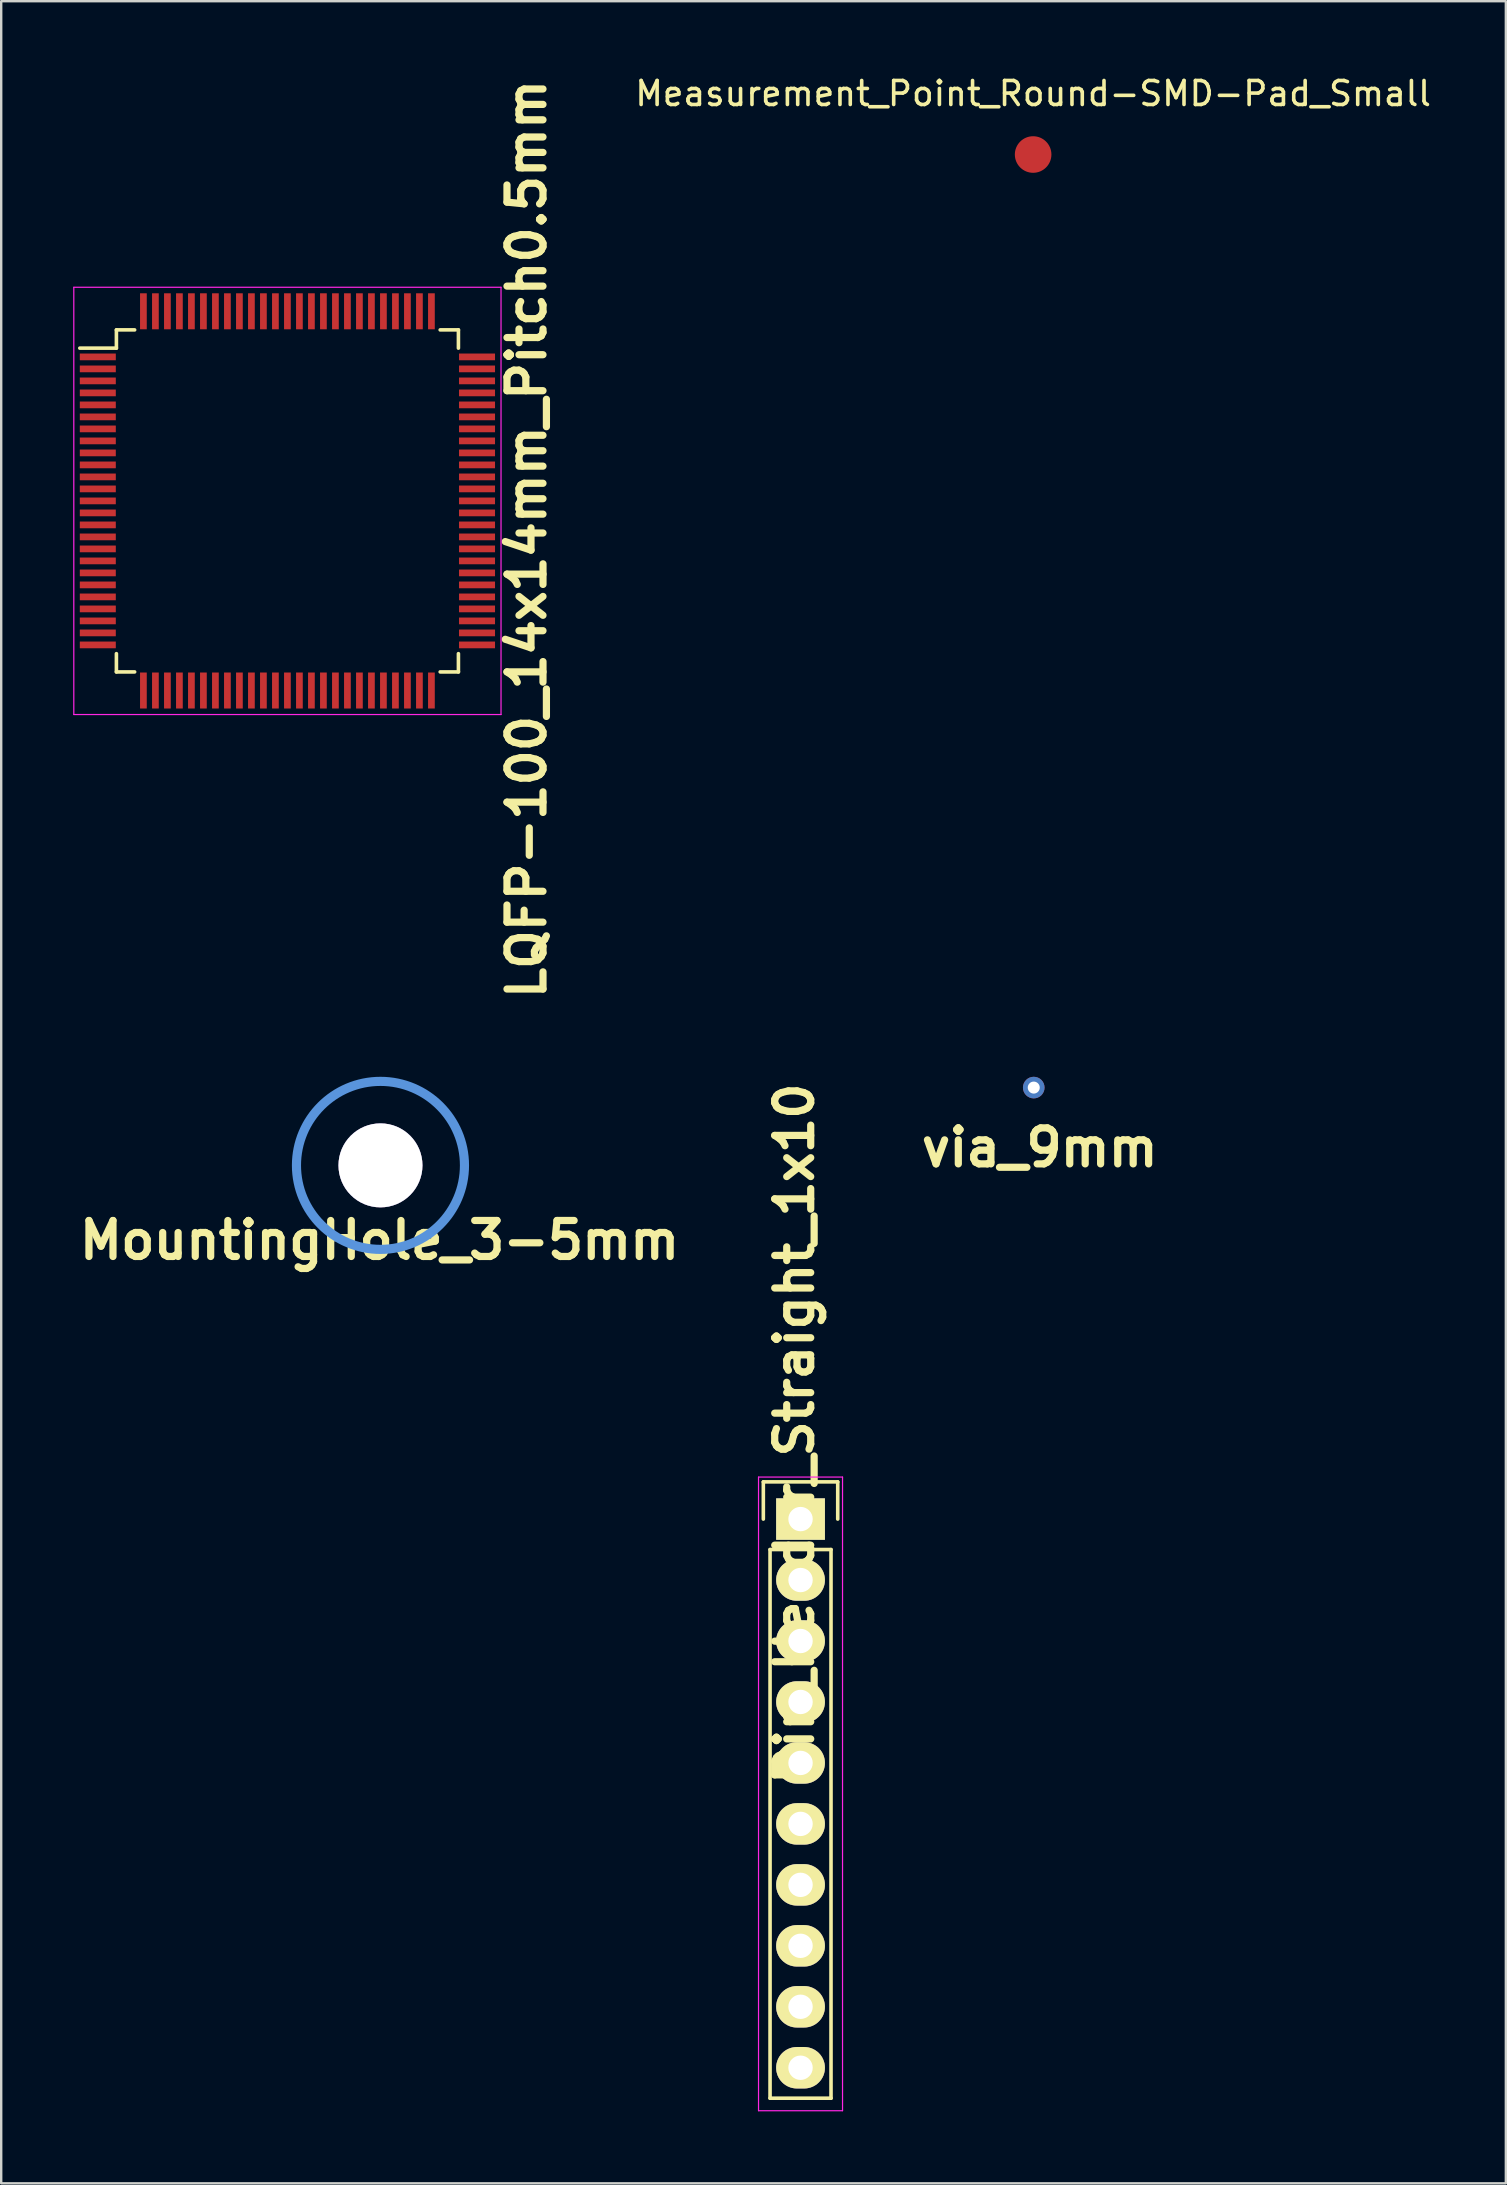
<source format=kicad_pcb>
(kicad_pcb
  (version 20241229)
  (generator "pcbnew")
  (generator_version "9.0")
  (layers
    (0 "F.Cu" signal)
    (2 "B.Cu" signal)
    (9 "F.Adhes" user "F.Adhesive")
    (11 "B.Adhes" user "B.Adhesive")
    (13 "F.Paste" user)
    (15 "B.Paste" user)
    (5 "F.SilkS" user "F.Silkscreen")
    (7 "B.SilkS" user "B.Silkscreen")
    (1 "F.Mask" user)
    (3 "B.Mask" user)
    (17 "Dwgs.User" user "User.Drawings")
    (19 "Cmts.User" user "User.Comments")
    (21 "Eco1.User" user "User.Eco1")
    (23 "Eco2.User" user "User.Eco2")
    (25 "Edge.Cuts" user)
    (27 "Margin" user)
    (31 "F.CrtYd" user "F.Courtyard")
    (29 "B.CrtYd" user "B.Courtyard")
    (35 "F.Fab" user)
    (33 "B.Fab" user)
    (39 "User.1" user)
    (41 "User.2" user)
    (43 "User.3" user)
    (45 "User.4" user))
  (footprint "via_9mm"
    (layer "F.Cu")
    (at 40.021 42.264)
    (property "Reference" "via_9mm" (at 0.25 2.5 0) (layer "F.SilkS") (effects (font (size 1.5 1.5) (thickness 0.3))))
    (attr through_hole)
    (pad "1" thru_hole circle (at 0 0) (size 0.9 0.9) (drill 0.5) (layers "*.Cu")))
  (footprint "LQFP-100_14x14mm_Pitch0.5mm"
    (layer "F.Cu")
    (at 8.925 17.82)
    (property "Reference" "LQFP-100_14x14mm_Pitch0.5mm" (at 9.97 1.587 90) (layer "F.SilkS") (effects (font (size 1.5 1.5) (thickness 0.3))))
    (attr smd)
    (fp_line (start -7.125 -7.125) (end -7.125 -6.365) (stroke (width 0.15) (type solid)) (layer "F.SilkS"))
    (fp_line (start -7.125 -7.125) (end -6.365 -7.125) (stroke (width 0.15) (type solid)) (layer "F.SilkS"))
    (fp_line (start -7.125 -6.365) (end -8.65 -6.365) (stroke (width 0.15) (type solid)) (layer "F.SilkS"))
    (fp_line (start -7.125 7.125) (end -7.125 6.365) (stroke (width 0.15) (type solid)) (layer "F.SilkS"))
    (fp_line (start -7.125 7.125) (end -6.365 7.125) (stroke (width 0.15) (type solid)) (layer "F.SilkS"))
    (fp_line (start 7.125 -7.125) (end 6.365 -7.125) (stroke (width 0.15) (type solid)) (layer "F.SilkS"))
    (fp_line (start 7.125 -7.125) (end 7.125 -6.365) (stroke (width 0.15) (type solid)) (layer "F.SilkS"))
    (fp_line (start 7.125 7.125) (end 6.365 7.125) (stroke (width 0.15) (type solid)) (layer "F.SilkS"))
    (fp_line (start 7.125 7.125) (end 7.125 6.365) (stroke (width 0.15) (type solid)) (layer "F.SilkS"))
    (fp_line (start -8.9 -8.9) (end -8.9 8.9) (stroke (width 0.05) (type solid)) (layer "F.CrtYd"))
    (fp_line (start -8.9 -8.9) (end 8.9 -8.9) (stroke (width 0.05) (type solid)) (layer "F.CrtYd"))
    (fp_line (start -8.9 8.9) (end 8.9 8.9) (stroke (width 0.05) (type solid)) (layer "F.CrtYd"))
    (fp_line (start 8.9 -8.9) (end 8.9 8.9) (stroke (width 0.05) (type solid)) (layer "F.CrtYd"))
    (pad "1" smd rect (at -7.9 -6) (size 1.5 0.28) (layers "F.Cu" "F.Mask" "F.Paste"))
    (pad "2" smd rect (at -7.9 -5.5) (size 1.5 0.28) (layers "F.Cu" "F.Mask" "F.Paste"))
    (pad "3" smd rect (at -7.9 -5) (size 1.5 0.28) (layers "F.Cu" "F.Mask" "F.Paste"))
    (pad "4" smd rect (at -7.9 -4.5) (size 1.5 0.28) (layers "F.Cu" "F.Mask" "F.Paste"))
    (pad "5" smd rect (at -7.9 -4) (size 1.5 0.28) (layers "F.Cu" "F.Mask" "F.Paste"))
    (pad "6" smd rect (at -7.9 -3.5) (size 1.5 0.28) (layers "F.Cu" "F.Mask" "F.Paste"))
    (pad "7" smd rect (at -7.9 -3) (size 1.5 0.28) (layers "F.Cu" "F.Mask" "F.Paste"))
    (pad "8" smd rect (at -7.9 -2.5) (size 1.5 0.28) (layers "F.Cu" "F.Mask" "F.Paste"))
    (pad "9" smd rect (at -7.9 -2) (size 1.5 0.28) (layers "F.Cu" "F.Mask" "F.Paste"))
    (pad "10" smd rect (at -7.9 -1.5) (size 1.5 0.28) (layers "F.Cu" "F.Mask" "F.Paste"))
    (pad "11" smd rect (at -7.9 -1) (size 1.5 0.28) (layers "F.Cu" "F.Mask" "F.Paste"))
    (pad "12" smd rect (at -7.9 -0.5) (size 1.5 0.28) (layers "F.Cu" "F.Mask" "F.Paste"))
    (pad "13" smd rect (at -7.9 0) (size 1.5 0.28) (layers "F.Cu" "F.Mask" "F.Paste"))
    (pad "14" smd rect (at -7.9 0.5) (size 1.5 0.28) (layers "F.Cu" "F.Mask" "F.Paste"))
    (pad "15" smd rect (at -7.9 1) (size 1.5 0.28) (layers "F.Cu" "F.Mask" "F.Paste"))
    (pad "16" smd rect (at -7.9 1.5) (size 1.5 0.28) (layers "F.Cu" "F.Mask" "F.Paste"))
    (pad "17" smd rect (at -7.9 2) (size 1.5 0.28) (layers "F.Cu" "F.Mask" "F.Paste"))
    (pad "18" smd rect (at -7.9 2.5) (size 1.5 0.28) (layers "F.Cu" "F.Mask" "F.Paste"))
    (pad "19" smd rect (at -7.9 3) (size 1.5 0.28) (layers "F.Cu" "F.Mask" "F.Paste"))
    (pad "20" smd rect (at -7.9 3.5) (size 1.5 0.28) (layers "F.Cu" "F.Mask" "F.Paste"))
    (pad "21" smd rect (at -7.9 4) (size 1.5 0.28) (layers "F.Cu" "F.Mask" "F.Paste"))
    (pad "22" smd rect (at -7.9 4.5) (size 1.5 0.28) (layers "F.Cu" "F.Mask" "F.Paste"))
    (pad "23" smd rect (at -7.9 5) (size 1.5 0.28) (layers "F.Cu" "F.Mask" "F.Paste"))
    (pad "24" smd rect (at -7.9 5.5) (size 1.5 0.28) (layers "F.Cu" "F.Mask" "F.Paste"))
    (pad "25" smd rect (at -7.9 6) (size 1.5 0.28) (layers "F.Cu" "F.Mask" "F.Paste"))
    (pad "26" smd rect (at -6 7.9 90) (size 1.5 0.28) (layers "F.Cu" "F.Mask" "F.Paste"))
    (pad "27" smd rect (at -5.5 7.9 90) (size 1.5 0.28) (layers "F.Cu" "F.Mask" "F.Paste"))
    (pad "28" smd rect (at -5 7.9 90) (size 1.5 0.28) (layers "F.Cu" "F.Mask" "F.Paste"))
    (pad "29" smd rect (at -4.5 7.9 90) (size 1.5 0.28) (layers "F.Cu" "F.Mask" "F.Paste"))
    (pad "30" smd rect (at -4 7.9 90) (size 1.5 0.28) (layers "F.Cu" "F.Mask" "F.Paste"))
    (pad "31" smd rect (at -3.5 7.9 90) (size 1.5 0.28) (layers "F.Cu" "F.Mask" "F.Paste"))
    (pad "32" smd rect (at -3 7.9 90) (size 1.5 0.28) (layers "F.Cu" "F.Mask" "F.Paste"))
    (pad "33" smd rect (at -2.5 7.9 90) (size 1.5 0.28) (layers "F.Cu" "F.Mask" "F.Paste"))
    (pad "34" smd rect (at -2 7.9 90) (size 1.5 0.28) (layers "F.Cu" "F.Mask" "F.Paste"))
    (pad "35" smd rect (at -1.5 7.9 90) (size 1.5 0.28) (layers "F.Cu" "F.Mask" "F.Paste"))
    (pad "36" smd rect (at -1 7.9 90) (size 1.5 0.28) (layers "F.Cu" "F.Mask" "F.Paste"))
    (pad "37" smd rect (at -0.5 7.9 90) (size 1.5 0.28) (layers "F.Cu" "F.Mask" "F.Paste"))
    (pad "38" smd rect (at 0 7.9 90) (size 1.5 0.28) (layers "F.Cu" "F.Mask" "F.Paste"))
    (pad "39" smd rect (at 0.5 7.9 90) (size 1.5 0.28) (layers "F.Cu" "F.Mask" "F.Paste"))
    (pad "40" smd rect (at 1 7.9 90) (size 1.5 0.28) (layers "F.Cu" "F.Mask" "F.Paste"))
    (pad "41" smd rect (at 1.5 7.9 90) (size 1.5 0.28) (layers "F.Cu" "F.Mask" "F.Paste"))
    (pad "42" smd rect (at 2 7.9 90) (size 1.5 0.28) (layers "F.Cu" "F.Mask" "F.Paste"))
    (pad "43" smd rect (at 2.5 7.9 90) (size 1.5 0.28) (layers "F.Cu" "F.Mask" "F.Paste"))
    (pad "44" smd rect (at 3 7.9 90) (size 1.5 0.28) (layers "F.Cu" "F.Mask" "F.Paste"))
    (pad "45" smd rect (at 3.5 7.9 90) (size 1.5 0.28) (layers "F.Cu" "F.Mask" "F.Paste"))
    (pad "46" smd rect (at 4 7.9 90) (size 1.5 0.28) (layers "F.Cu" "F.Mask" "F.Paste"))
    (pad "47" smd rect (at 4.5 7.9 90) (size 1.5 0.28) (layers "F.Cu" "F.Mask" "F.Paste"))
    (pad "48" smd rect (at 5 7.9 90) (size 1.5 0.28) (layers "F.Cu" "F.Mask" "F.Paste"))
    (pad "49" smd rect (at 5.5 7.9 90) (size 1.5 0.28) (layers "F.Cu" "F.Mask" "F.Paste"))
    (pad "50" smd rect (at 6 7.9 90) (size 1.5 0.28) (layers "F.Cu" "F.Mask" "F.Paste"))
    (pad "51" smd rect (at 7.9 6) (size 1.5 0.28) (layers "F.Cu" "F.Mask" "F.Paste"))
    (pad "52" smd rect (at 7.9 5.5) (size 1.5 0.28) (layers "F.Cu" "F.Mask" "F.Paste"))
    (pad "53" smd rect (at 7.9 5) (size 1.5 0.28) (layers "F.Cu" "F.Mask" "F.Paste"))
    (pad "54" smd rect (at 7.9 4.5) (size 1.5 0.28) (layers "F.Cu" "F.Mask" "F.Paste"))
    (pad "55" smd rect (at 7.9 4) (size 1.5 0.28) (layers "F.Cu" "F.Mask" "F.Paste"))
    (pad "56" smd rect (at 7.9 3.5) (size 1.5 0.28) (layers "F.Cu" "F.Mask" "F.Paste"))
    (pad "57" smd rect (at 7.9 3) (size 1.5 0.28) (layers "F.Cu" "F.Mask" "F.Paste"))
    (pad "58" smd rect (at 7.9 2.5) (size 1.5 0.28) (layers "F.Cu" "F.Mask" "F.Paste"))
    (pad "59" smd rect (at 7.9 2) (size 1.5 0.28) (layers "F.Cu" "F.Mask" "F.Paste"))
    (pad "60" smd rect (at 7.9 1.5) (size 1.5 0.28) (layers "F.Cu" "F.Mask" "F.Paste"))
    (pad "61" smd rect (at 7.9 1) (size 1.5 0.28) (layers "F.Cu" "F.Mask" "F.Paste"))
    (pad "62" smd rect (at 7.9 0.5) (size 1.5 0.28) (layers "F.Cu" "F.Mask" "F.Paste"))
    (pad "63" smd rect (at 7.9 0) (size 1.5 0.28) (layers "F.Cu" "F.Mask" "F.Paste"))
    (pad "64" smd rect (at 7.9 -0.5) (size 1.5 0.28) (layers "F.Cu" "F.Mask" "F.Paste"))
    (pad "65" smd rect (at 7.9 -1) (size 1.5 0.28) (layers "F.Cu" "F.Mask" "F.Paste"))
    (pad "66" smd rect (at 7.9 -1.5) (size 1.5 0.28) (layers "F.Cu" "F.Mask" "F.Paste"))
    (pad "67" smd rect (at 7.9 -2) (size 1.5 0.28) (layers "F.Cu" "F.Mask" "F.Paste"))
    (pad "68" smd rect (at 7.9 -2.5) (size 1.5 0.28) (layers "F.Cu" "F.Mask" "F.Paste"))
    (pad "69" smd rect (at 7.9 -3) (size 1.5 0.28) (layers "F.Cu" "F.Mask" "F.Paste"))
    (pad "70" smd rect (at 7.9 -3.5) (size 1.5 0.28) (layers "F.Cu" "F.Mask" "F.Paste"))
    (pad "71" smd rect (at 7.9 -4) (size 1.5 0.28) (layers "F.Cu" "F.Mask" "F.Paste"))
    (pad "72" smd rect (at 7.9 -4.5) (size 1.5 0.28) (layers "F.Cu" "F.Mask" "F.Paste"))
    (pad "73" smd rect (at 7.9 -5) (size 1.5 0.28) (layers "F.Cu" "F.Mask" "F.Paste"))
    (pad "74" smd rect (at 7.9 -5.5) (size 1.5 0.28) (layers "F.Cu" "F.Mask" "F.Paste"))
    (pad "75" smd rect (at 7.9 -6) (size 1.5 0.28) (layers "F.Cu" "F.Mask" "F.Paste"))
    (pad "76" smd rect (at 6 -7.9 90) (size 1.5 0.28) (layers "F.Cu" "F.Mask" "F.Paste"))
    (pad "77" smd rect (at 5.5 -7.9 90) (size 1.5 0.28) (layers "F.Cu" "F.Mask" "F.Paste"))
    (pad "78" smd rect (at 5 -7.9 90) (size 1.5 0.28) (layers "F.Cu" "F.Mask" "F.Paste"))
    (pad "79" smd rect (at 4.5 -7.9 90) (size 1.5 0.28) (layers "F.Cu" "F.Mask" "F.Paste"))
    (pad "80" smd rect (at 4 -7.9 90) (size 1.5 0.28) (layers "F.Cu" "F.Mask" "F.Paste"))
    (pad "81" smd rect (at 3.5 -7.9 90) (size 1.5 0.28) (layers "F.Cu" "F.Mask" "F.Paste"))
    (pad "82" smd rect (at 3 -7.9 90) (size 1.5 0.28) (layers "F.Cu" "F.Mask" "F.Paste"))
    (pad "83" smd rect (at 2.5 -7.9 90) (size 1.5 0.28) (layers "F.Cu" "F.Mask" "F.Paste"))
    (pad "84" smd rect (at 2 -7.9 90) (size 1.5 0.28) (layers "F.Cu" "F.Mask" "F.Paste"))
    (pad "85" smd rect (at 1.5 -7.9 90) (size 1.5 0.28) (layers "F.Cu" "F.Mask" "F.Paste"))
    (pad "86" smd rect (at 1 -7.9 90) (size 1.5 0.28) (layers "F.Cu" "F.Mask" "F.Paste"))
    (pad "87" smd rect (at 0.5 -7.9 90) (size 1.5 0.28) (layers "F.Cu" "F.Mask" "F.Paste"))
    (pad "88" smd rect (at 0 -7.9 90) (size 1.5 0.28) (layers "F.Cu" "F.Mask" "F.Paste"))
    (pad "89" smd rect (at -0.5 -7.9 90) (size 1.5 0.28) (layers "F.Cu" "F.Mask" "F.Paste"))
    (pad "90" smd rect (at -1 -7.9 90) (size 1.5 0.28) (layers "F.Cu" "F.Mask" "F.Paste"))
    (pad "91" smd rect (at -1.5 -7.9 90) (size 1.5 0.28) (layers "F.Cu" "F.Mask" "F.Paste"))
    (pad "92" smd rect (at -2 -7.9 90) (size 1.5 0.28) (layers "F.Cu" "F.Mask" "F.Paste"))
    (pad "93" smd rect (at -2.5 -7.9 90) (size 1.5 0.28) (layers "F.Cu" "F.Mask" "F.Paste"))
    (pad "94" smd rect (at -3 -7.9 90) (size 1.5 0.28) (layers "F.Cu" "F.Mask" "F.Paste"))
    (pad "95" smd rect (at -3.5 -7.9 90) (size 1.5 0.28) (layers "F.Cu" "F.Mask" "F.Paste"))
    (pad "96" smd rect (at -4 -7.9 90) (size 1.5 0.28) (layers "F.Cu" "F.Mask" "F.Paste"))
    (pad "97" smd rect (at -4.5 -7.9 90) (size 1.5 0.28) (layers "F.Cu" "F.Mask" "F.Paste"))
    (pad "98" smd rect (at -5 -7.9 90) (size 1.5 0.28) (layers "F.Cu" "F.Mask" "F.Paste"))
    (pad "99" smd rect (at -5.5 -7.9 90) (size 1.5 0.28) (layers "F.Cu" "F.Mask" "F.Paste"))
    (pad "100" smd rect (at -6 -7.9 90) (size 1.5 0.28) (layers "F.Cu" "F.Mask" "F.Paste")))
  (footprint "Pin_Header_Straight_1x10"
    (layer "F.Cu")
    (at 30.304 60.242)
    (property "Reference" "Pin_Header_Straight_1x10" (at -0.254 -3.556 90) (layer "F.SilkS") (effects (font (size 1.5 1.5) (thickness 0.3))))
    (attr through_hole)
    (fp_line (start -1.55 -1.55) (end 1.55 -1.55) (stroke (width 0.15) (type solid)) (layer "F.SilkS"))
    (fp_line (start -1.55 0) (end -1.55 -1.55) (stroke (width 0.15) (type solid)) (layer "F.SilkS"))
    (fp_line (start -1.27 24.13) (end -1.27 1.27) (stroke (width 0.15) (type solid)) (layer "F.SilkS"))
    (fp_line (start 1.27 1.27) (end -1.27 1.27) (stroke (width 0.15) (type solid)) (layer "F.SilkS"))
    (fp_line (start 1.27 1.27) (end 1.27 24.13) (stroke (width 0.15) (type solid)) (layer "F.SilkS"))
    (fp_line (start 1.27 24.13) (end -1.27 24.13) (stroke (width 0.15) (type solid)) (layer "F.SilkS"))
    (fp_line (start 1.55 -1.55) (end 1.55 0) (stroke (width 0.15) (type solid)) (layer "F.SilkS"))
    (fp_line (start -1.75 -1.75) (end -1.75 24.65) (stroke (width 0.05) (type solid)) (layer "F.CrtYd"))
    (fp_line (start -1.75 -1.75) (end 1.75 -1.75) (stroke (width 0.05) (type solid)) (layer "F.CrtYd"))
    (fp_line (start -1.75 24.65) (end 1.75 24.65) (stroke (width 0.05) (type solid)) (layer "F.CrtYd"))
    (fp_line (start 1.75 -1.75) (end 1.75 24.65) (stroke (width 0.05) (type solid)) (layer "F.CrtYd"))
    (pad "1" thru_hole rect (at 0 0) (size 2.032 1.727) (drill 1.016) (layers "*.Cu" "*.Mask" "F.SilkS"))
    (pad "2" thru_hole oval (at 0 2.54) (size 2.032 1.727) (drill 1.016) (layers "*.Cu" "*.Mask" "F.SilkS"))
    (pad "3" thru_hole oval (at 0 5.08) (size 2.032 1.727) (drill 1.016) (layers "*.Cu" "*.Mask" "F.SilkS"))
    (pad "4" thru_hole oval (at 0 7.62) (size 2.032 1.727) (drill 1.016) (layers "*.Cu" "*.Mask" "F.SilkS"))
    (pad "5" thru_hole oval (at 0 10.16) (size 2.032 1.727) (drill 1.016) (layers "*.Cu" "*.Mask" "F.SilkS"))
    (pad "6" thru_hole oval (at 0 12.7) (size 2.032 1.727) (drill 1.016) (layers "*.Cu" "*.Mask" "F.SilkS"))
    (pad "7" thru_hole oval (at 0 15.24) (size 2.032 1.727) (drill 1.016) (layers "*.Cu" "*.Mask" "F.SilkS"))
    (pad "8" thru_hole oval (at 0 17.78) (size 2.032 1.727) (drill 1.016) (layers "*.Cu" "*.Mask" "F.SilkS"))
    (pad "9" thru_hole oval (at 0 20.32) (size 2.032 1.727) (drill 1.016) (layers "*.Cu" "*.Mask" "F.SilkS"))
    (pad "10" thru_hole oval (at 0 22.86) (size 2.032 1.727) (drill 1.016) (layers "*.Cu" "*.Mask" "F.SilkS")))
  (footprint "MountingHole_3-5mm"
    (layer "F.Cu")
    (at 12.802 45.505)
    (property "Reference" "MountingHole_3-5mm" (at -0.038 3.118 0) (layer "F.SilkS") (effects (font (size 1.5 1.5) (thickness 0.3))))
    (attr through_hole)
    (fp_circle (center 0 0) (end 3.5 0) (stroke (width 0.381) (type solid)) (fill no) (layer "Cmts.User"))
    (pad "" thru_hole circle (at 0 0) (size 3.5 3.5) (drill 3.5) (layers)))
  (footprint "Measurement_Point_Round-SMD-Pad_Small"
    (layer "F.Cu")
    (at 39.995 3.388)
    (property "Reference" "Measurement_Point_Round-SMD-Pad_Small" (at 0 -2.54 0) (layer "F.SilkS") (effects (font (size 1 1) (thickness 0.15))))
    (attr through_hole)
    (pad "1" smd circle (at 0 0) (size 1.524 1.524) (layers "F.Cu" "F.Mask" "F.Paste")))
  (gr_rect
    (start -3 -3)
    (end 59.691 87.917)
    (stroke (width 0.1) (type default))
    (fill no)
    (layer "Edge.Cuts")))
</source>
